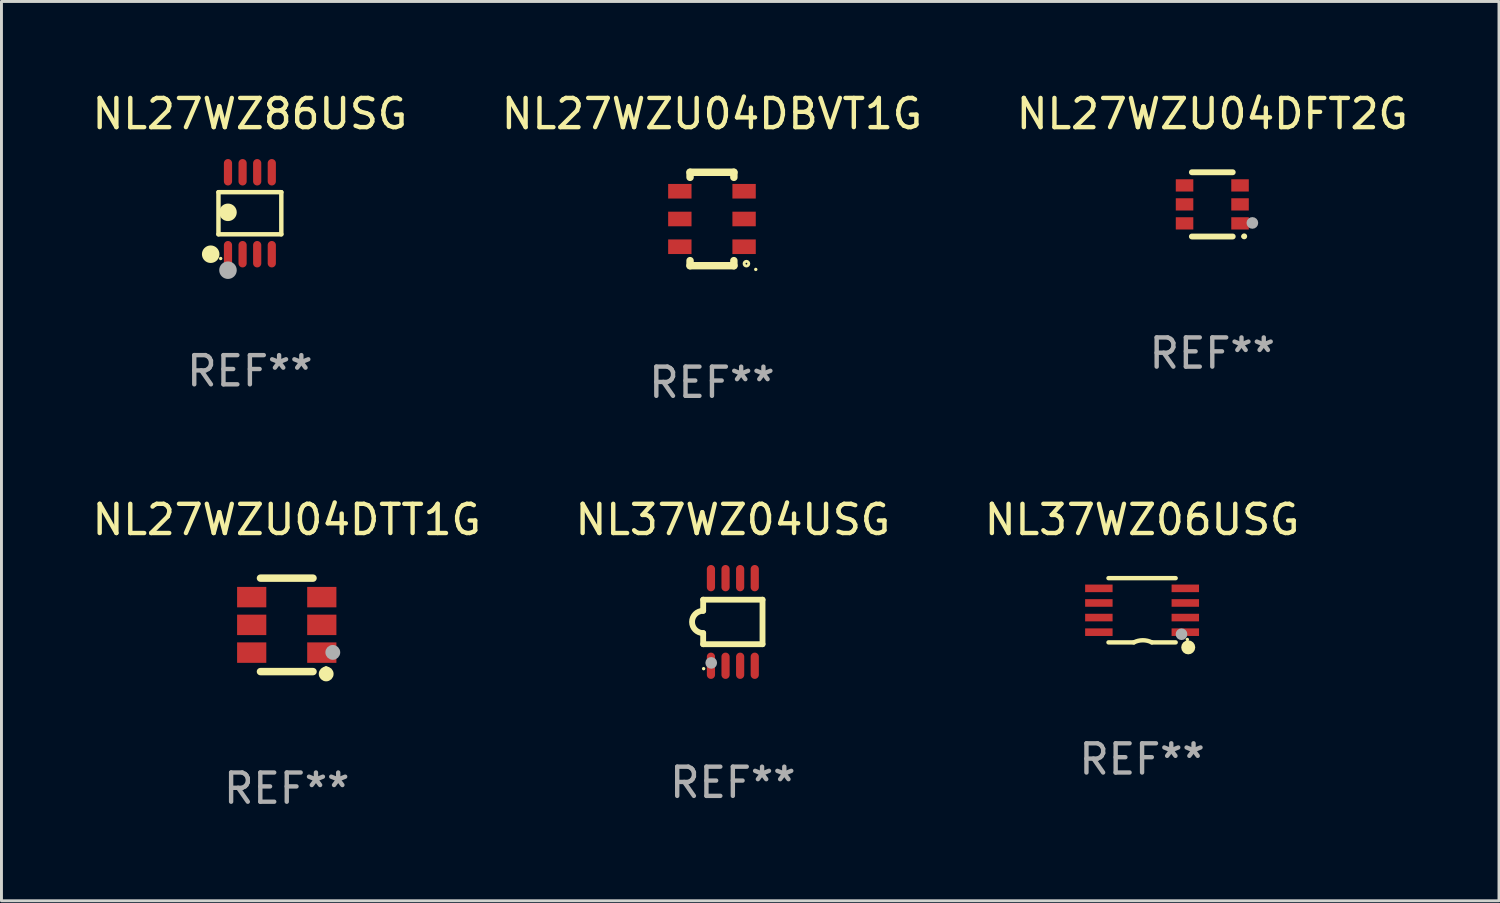
<source format=kicad_pcb>
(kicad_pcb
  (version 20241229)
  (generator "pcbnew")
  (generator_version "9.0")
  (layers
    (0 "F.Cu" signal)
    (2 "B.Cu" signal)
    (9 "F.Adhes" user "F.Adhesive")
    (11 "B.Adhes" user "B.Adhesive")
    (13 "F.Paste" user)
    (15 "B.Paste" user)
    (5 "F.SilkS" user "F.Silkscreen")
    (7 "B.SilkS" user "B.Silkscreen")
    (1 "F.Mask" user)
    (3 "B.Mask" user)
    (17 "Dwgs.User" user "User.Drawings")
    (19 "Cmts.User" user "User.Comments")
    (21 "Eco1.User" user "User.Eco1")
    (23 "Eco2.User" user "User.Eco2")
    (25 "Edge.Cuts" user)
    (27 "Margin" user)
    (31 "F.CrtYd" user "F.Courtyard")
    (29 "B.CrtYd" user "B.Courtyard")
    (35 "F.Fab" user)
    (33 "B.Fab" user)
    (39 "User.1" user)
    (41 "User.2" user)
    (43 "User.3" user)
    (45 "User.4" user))
  (footprint "NL27WZ86USG"
    (layer "F.Cu")
    (at 5.506 4.251)
    (property "Reference" "NL27WZ86USG" (at 0 -3.403 0) (layer "F.SilkS") (effects (font (size 1 1) (thickness 0.15))))
    (attr through_hole)
    (fp_line (start -1.076 -0.721) (end 1.076 -0.721) (stroke (width 0.152) (type solid)) (layer "F.SilkS"))
    (fp_line (start -1.076 0.721) (end -1.076 -0.721) (stroke (width 0.152) (type solid)) (layer "F.SilkS"))
    (fp_line (start 1.076 -0.721) (end 1.076 0.721) (stroke (width 0.152) (type solid)) (layer "F.SilkS"))
    (fp_line (start 1.076 0.721) (end -1.076 0.721) (stroke (width 0.152) (type solid)) (layer "F.SilkS"))
    (fp_circle (center -1.342 1.403) (end -1.192 1.403) (stroke (width 0.3) (type solid)) (fill no) (layer "F.SilkS"))
    (fp_circle (center -1 1.55) (end -0.97 1.55) (stroke (width 0.06) (type solid)) (fill no) (layer "F.SilkS"))
    (fp_circle (center -0.75 -0.031) (end -0.6 -0.031) (stroke (width 0.3) (type solid)) (fill no) (layer "F.SilkS"))
    (fp_circle (center -0.75 1.95) (end -0.6 1.95) (stroke (width 0.3) (type solid)) (fill no) (layer "F.Fab"))
    (fp_text user "REF**" (at 0 5.403 0) (layer "F.Fab") (effects (font (size 1 1) (thickness 0.15))))
    (pad "1" smd oval (at -0.75 1.403) (size 0.28 0.905) (layers "F.Cu" "F.Mask" "F.Paste"))
    (pad "2" smd oval (at -0.25 1.403) (size 0.28 0.905) (layers "F.Cu" "F.Mask" "F.Paste"))
    (pad "3" smd oval (at 0.25 1.403) (size 0.28 0.905) (layers "F.Cu" "F.Mask" "F.Paste"))
    (pad "4" smd oval (at 0.75 1.403) (size 0.28 0.905) (layers "F.Cu" "F.Mask" "F.Paste"))
    (pad "5" smd oval (at 0.75 -1.403) (size 0.28 0.905) (layers "F.Cu" "F.Mask" "F.Paste"))
    (pad "6" smd oval (at 0.25 -1.403) (size 0.28 0.905) (layers "F.Cu" "F.Mask" "F.Paste"))
    (pad "7" smd oval (at -0.25 -1.403) (size 0.28 0.905) (layers "F.Cu" "F.Mask" "F.Paste"))
    (pad "8" smd oval (at -0.75 -1.403) (size 0.28 0.905) (layers "F.Cu" "F.Mask" "F.Paste")))
  (footprint "NL27WZU04DTT1G"
    (layer "F.Cu")
    (at 6.768 18.345)
    (property "Reference" "NL27WZU04DTT1G" (at 0 -3.6 0) (layer "F.SilkS") (effects (font (size 1 1) (thickness 0.15))))
    (attr through_hole)
    (fp_line (start -0.9 -1.6) (end 0.9 -1.6) (stroke (width 0.254) (type solid)) (layer "F.SilkS"))
    (fp_line (start -0.9 1.6) (end 0.9 1.6) (stroke (width 0.254) (type solid)) (layer "F.SilkS"))
    (fp_circle (center 1.345 1.47) (end 1.375 1.47) (stroke (width 0.06) (type solid)) (fill no) (layer "F.SilkS"))
    (fp_circle (center 1.35 1.68) (end 1.477 1.68) (stroke (width 0.254) (type solid)) (fill no) (layer "F.SilkS"))
    (fp_circle (center 1.577 0.942) (end 1.704 0.942) (stroke (width 0.254) (type solid)) (fill no) (layer "F.Fab"))
    (fp_text user "REF**" (at 0 5.6 0) (layer "F.Fab") (effects (font (size 1 1) (thickness 0.15))))
    (pad "1" smd rect (at 1.2 0.95) (size 1 0.7) (layers "F.Cu" "F.Mask" "F.Paste"))
    (pad "2" smd rect (at 1.2 0.000102) (size 1 0.7) (layers "F.Cu" "F.Mask" "F.Paste"))
    (pad "3" smd rect (at 1.2 -0.95) (size 1 0.7) (layers "F.Cu" "F.Mask" "F.Paste"))
    (pad "4" smd rect (at -1.2 -0.95) (size 1 0.7) (layers "F.Cu" "F.Mask" "F.Paste"))
    (pad "5" smd rect (at -1.2 0.000102) (size 1 0.7) (layers "F.Cu" "F.Mask" "F.Paste"))
    (pad "6" smd rect (at -1.2 0.95) (size 1 0.7) (layers "F.Cu" "F.Mask" "F.Paste")))
  (footprint "NL27WZU04DBVT1G"
    (layer "F.Cu")
    (at 21.327 4.448)
    (property "Reference" "NL27WZU04DBVT1G" (at 0 -3.6 0) (layer "F.SilkS") (effects (font (size 1 1) (thickness 0.15))))
    (attr through_hole)
    (fp_line (start -0.75 -1.6) (end -0.75 -1.426) (stroke (width 0.254) (type solid)) (layer "F.SilkS"))
    (fp_line (start -0.75 -1.6) (end 0.75 -1.6) (stroke (width 0.254) (type solid)) (layer "F.SilkS"))
    (fp_line (start -0.75 1.426) (end -0.75 1.6) (stroke (width 0.254) (type solid)) (layer "F.SilkS"))
    (fp_line (start -0.75 1.6) (end 0.75 1.6) (stroke (width 0.254) (type solid)) (layer "F.SilkS"))
    (fp_line (start 0.75 -1.6) (end 0.75 -1.426) (stroke (width 0.254) (type solid)) (layer "F.SilkS"))
    (fp_line (start 0.75 1.426) (end 0.75 1.6) (stroke (width 0.254) (type solid)) (layer "F.SilkS"))
    (fp_circle (center 1.18 1.53) (end 1.26 1.53) (stroke (width 0.1) (type solid)) (fill no) (layer "F.SilkS"))
    (fp_circle (center 1.5 1.727) (end 1.53 1.727) (stroke (width 0.06) (type solid)) (fill no) (layer "F.SilkS"))
    (fp_text user "REF**" (at 0 5.6 0) (layer "F.Fab") (effects (font (size 1 1) (thickness 0.15))))
    (pad "1" smd rect (at 1.1 0.95 90) (size 0.5 0.8) (layers "F.Cu" "F.Mask" "F.Paste"))
    (pad "2" smd rect (at 1.1 0 90) (size 0.5 0.8) (layers "F.Cu" "F.Mask" "F.Paste"))
    (pad "3" smd rect (at 1.1 -0.95 90) (size 0.5 0.8) (layers "F.Cu" "F.Mask" "F.Paste"))
    (pad "4" smd rect (at -1.1 -0.95 90) (size 0.5 0.8) (layers "F.Cu" "F.Mask" "F.Paste"))
    (pad "5" smd rect (at -1.1 0 90) (size 0.5 0.8) (layers "F.Cu" "F.Mask" "F.Paste"))
    (pad "6" smd rect (at -1.1 0.95 90) (size 0.5 0.8) (layers "F.Cu" "F.Mask" "F.Paste")))
  (footprint "NL27WZU04DFT2G"
    (layer "F.Cu")
    (at 38.458 3.948)
    (property "Reference" "NL27WZU04DFT2G" (at 0 -3.1 0) (layer "F.SilkS") (effects (font (size 1 1) (thickness 0.15))))
    (attr through_hole)
    (fp_line (start -0.7 -1.1) (end 0.7 -1.1) (stroke (width 0.2) (type solid)) (layer "F.SilkS"))
    (fp_line (start -0.7 1.1) (end 0.7 1.1) (stroke (width 0.2) (type solid)) (layer "F.SilkS"))
    (fp_arc (start 1.090932 1.094209) (mid 1.092202 1.094203) (end 1.093472 1.094209) (stroke (width 0.2) (type solid)) (layer "F.SilkS"))
    (fp_circle (center 1.053 1.1) (end 1.083 1.1) (stroke (width 0.06) (type solid)) (fill no) (layer "F.SilkS"))
    (fp_circle (center 1.372 0.635) (end 1.472 0.635) (stroke (width 0.2) (type solid)) (fill no) (layer "F.Fab"))
    (fp_text user "REF**" (at 0 5.1 0) (layer "F.Fab") (effects (font (size 1 1) (thickness 0.15))))
    (pad "1" smd rect (at 0.95 0.65 90) (size 0.42 0.6) (layers "F.Cu" "F.Mask" "F.Paste"))
    (pad "2" smd rect (at 0.95 0 90) (size 0.42 0.6) (layers "F.Cu" "F.Mask" "F.Paste"))
    (pad "3" smd rect (at 0.95 -0.65 90) (size 0.42 0.6) (layers "F.Cu" "F.Mask" "F.Paste"))
    (pad "4" smd rect (at -0.95 -0.65 270) (size 0.42 0.6) (layers "F.Cu" "F.Mask" "F.Paste"))
    (pad "5" smd rect (at -0.95 0 270) (size 0.42 0.6) (layers "F.Cu" "F.Mask" "F.Paste"))
    (pad "6" smd rect (at -0.95 0.65 270) (size 0.42 0.6) (layers "F.Cu" "F.Mask" "F.Paste")))
  (footprint "NL37WZ04USG"
    (layer "F.Cu")
    (at 22.042 18.245)
    (property "Reference" "NL37WZ04USG" (at 0 -3.5 0) (layer "F.SilkS") (effects (font (size 1 1) (thickness 0.15))))
    (attr through_hole)
    (fp_line (start -1.016 -0.762) (end 1.016 -0.762) (stroke (width 0.2) (type solid)) (layer "F.SilkS"))
    (fp_line (start -1.016 -0.381) (end -1.016 -0.762) (stroke (width 0.2) (type solid)) (layer "F.SilkS"))
    (fp_line (start -1.016 0.762) (end -1.016 0.381) (stroke (width 0.2) (type solid)) (layer "F.SilkS"))
    (fp_line (start 1.016 -0.762) (end 1.016 0.762) (stroke (width 0.2) (type solid)) (layer "F.SilkS"))
    (fp_line (start 1.016 0.762) (end -1.016 0.762) (stroke (width 0.2) (type solid)) (layer "F.SilkS"))
    (fp_arc (start -1.016002 0.381001) (mid -1.396698 -0.000025) (end -1.016002 -0.381051) (stroke (width 0.2) (type solid)) (layer "F.SilkS"))
    (fp_circle (center -1 1.6) (end -0.97 1.6) (stroke (width 0.06) (type solid)) (fill no) (layer "F.SilkS"))
    (fp_circle (center -0.74 1.402) (end -0.64 1.402) (stroke (width 0.2) (type solid)) (fill no) (layer "F.Fab"))
    (fp_text user "REF**" (at 0 5.5 0) (layer "F.Fab") (effects (font (size 1 1) (thickness 0.15))))
    (pad "1" smd oval (at -0.75 1.5) (size 0.28 0.9) (layers "F.Cu" "F.Mask" "F.Paste"))
    (pad "2" smd oval (at -0.25 1.5) (size 0.28 0.9) (layers "F.Cu" "F.Mask" "F.Paste"))
    (pad "3" smd oval (at 0.25 1.5) (size 0.28 0.9) (layers "F.Cu" "F.Mask" "F.Paste"))
    (pad "4" smd oval (at 0.75 1.5) (size 0.28 0.9) (layers "F.Cu" "F.Mask" "F.Paste"))
    (pad "5" smd oval (at 0.75 -1.5) (size 0.28 0.9) (layers "F.Cu" "F.Mask" "F.Paste"))
    (pad "6" smd oval (at 0.25 -1.5) (size 0.28 0.9) (layers "F.Cu" "F.Mask" "F.Paste"))
    (pad "7" smd oval (at -0.25 -1.5) (size 0.28 0.9) (layers "F.Cu" "F.Mask" "F.Paste"))
    (pad "8" smd oval (at -0.75 -1.5) (size 0.28 0.9) (layers "F.Cu" "F.Mask" "F.Paste")))
  (footprint "NL37WZ06USG"
    (layer "F.Cu")
    (at 36.054 17.845)
    (property "Reference" "NL37WZ06USG" (at 0 -3.1 0) (layer "F.SilkS") (effects (font (size 1 1) (thickness 0.15))))
    (attr through_hole)
    (fp_line (start -1.15 -1.1) (end 1.15 -1.1) (stroke (width 0.15) (type solid)) (layer "F.SilkS"))
    (fp_line (start -1.15 1.1) (end -0.282 1.1) (stroke (width 0.15) (type solid)) (layer "F.SilkS"))
    (fp_line (start 1.15 1.1) (end 0.332 1.1) (stroke (width 0.15) (type solid)) (layer "F.SilkS"))
    (fp_arc (start -0.282449 1.1) (mid 0.025014 1.026651) (end 0.332741 1.098882) (stroke (width 0.150013) (type solid)) (layer "F.SilkS"))
    (fp_circle (center 1.55 1) (end 1.58 1) (stroke (width 0.06) (type solid)) (fill no) (layer "F.SilkS"))
    (fp_circle (center 1.58 1.27) (end 1.7 1.27) (stroke (width 0.24) (type solid)) (fill no) (layer "F.SilkS"))
    (fp_circle (center 1.35 0.82) (end 1.45 0.82) (stroke (width 0.2) (type solid)) (fill no) (layer "F.Fab"))
    (fp_text user "REF**" (at 0 5.1 0) (layer "F.Fab") (effects (font (size 1 1) (thickness 0.15))))
    (pad "1" smd rect (at 1.48 0.75) (size 0.94 0.26) (layers "F.Cu" "F.Mask" "F.Paste"))
    (pad "2" smd rect (at 1.48 0.25) (size 0.94 0.26) (layers "F.Cu" "F.Mask" "F.Paste"))
    (pad "3" smd rect (at 1.48 -0.25) (size 0.94 0.26) (layers "F.Cu" "F.Mask" "F.Paste"))
    (pad "4" smd rect (at 1.48 -0.75) (size 0.94 0.26) (layers "F.Cu" "F.Mask" "F.Paste"))
    (pad "5" smd rect (at -1.48 -0.75) (size 0.94 0.26) (layers "F.Cu" "F.Mask" "F.Paste"))
    (pad "6" smd rect (at -1.48 -0.25) (size 0.94 0.26) (layers "F.Cu" "F.Mask" "F.Paste"))
    (pad "7" smd rect (at -1.48 0.25) (size 0.94 0.26) (layers "F.Cu" "F.Mask" "F.Paste"))
    (pad "8" smd rect (at -1.48 0.75) (size 0.94 0.26) (layers "F.Cu" "F.Mask" "F.Paste")))
  (gr_rect
    (start -3 -3)
    (end 48.274 27.793)
    (stroke (width 0.1) (type default))
    (fill no)
    (layer "Edge.Cuts")))
</source>
